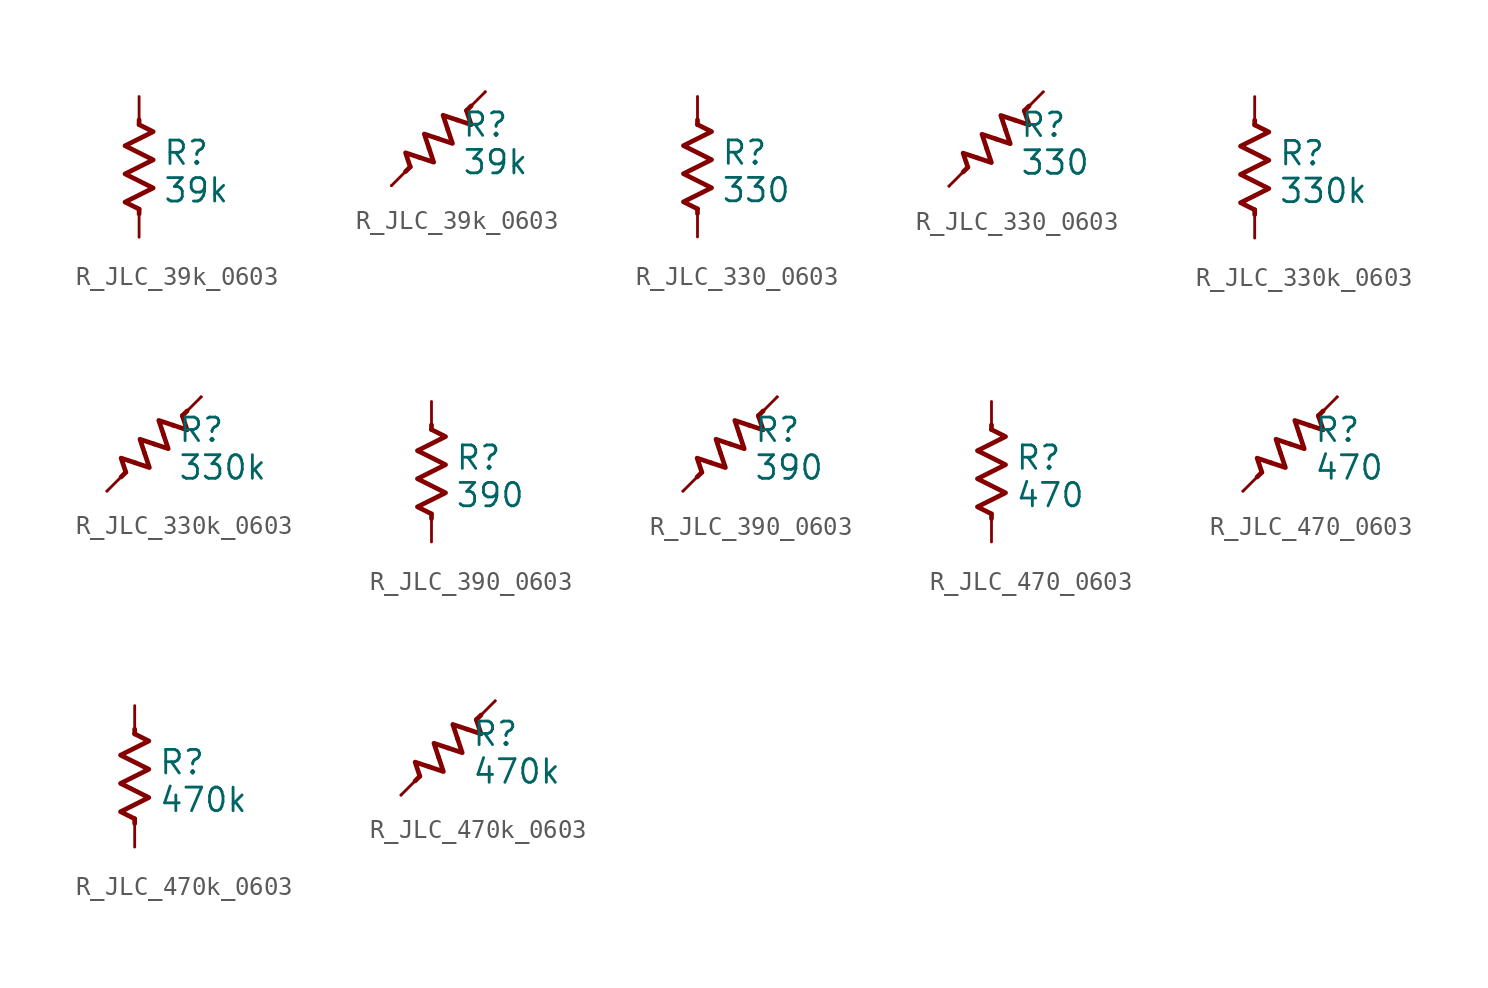
<source format=kicad_sym>
(kicad_symbol_lib
  (version 20231120)
  (generator "kicad_symbol_editor")
  (generator_version "8.0")
  (symbol "R_JLC_39k_0603"
    (pin_numbers hide)
    (pin_names
      (offset 0))
    (property "Reference" "R"
      (at 1.27 0.762 0)
      (effects (font (size 1.27 1.27)) (justify left)))
    (property "Value" "39k"
      (at 1.27 -1.27 0)
      (effects (font (size 1.27 1.27)) (justify left)))
    (symbol "R_JLC_39k_0603_0_1"
      (polyline (pts (xy 0 -2.286) (xy 0 -2.54)) (stroke (width 0.254) (type default)) (fill (type none)))
      (polyline (pts (xy 0 2.286) (xy 0 2.54)) (stroke (width 0.254) (type default)) (fill (type none)))
      (polyline (pts (xy 0 2.286) (xy 0.762 1.905) (xy -0.762 1.143) (xy 0 0.762) (xy 0.762 0.381) (xy 0 0) (xy -0.762 -0.381) (xy 0 -0.762) (xy 0.762 -1.143) (xy 0 -1.524) (xy -0.762 -1.905) (xy 0 -2.286)) (stroke (width 0.254) (type default)) (fill (type none))))
    (symbol "R_JLC_39k_0603_0_2"
      (polyline (pts (xy -2.54 -2.54) (xy -1.778 -1.778)) (stroke (width 0) (type default)) (fill (type none)))
      (polyline (pts (xy -1.778 -1.778) (xy -1.524 -1.524)) (stroke (width 0.254) (type default)) (fill (type none)))
      (polyline (pts (xy 1.778 1.778) (xy 1.524 1.524)) (stroke (width 0.254) (type default)) (fill (type none)))
      (polyline (pts (xy 1.778 1.778) (xy 2.54 2.54)) (stroke (width 0) (type default)) (fill (type none)))
      (polyline (pts (xy -1.524 -1.524) (xy -1.778 -0.762) (xy -1.016 -1.016)) (stroke (width 0.254) (type default)) (fill (type none)))
      (polyline (pts (xy -0.508 -0.508) (xy -0.762 0.254) (xy 0 0)) (stroke (width 0.254) (type default)) (fill (type none)))
      (polyline (pts (xy -0.508 -0.508) (xy -0.254 -1.27) (xy -1.016 -1.016)) (stroke (width 0.254) (type default)) (fill (type none)))
      (polyline (pts (xy 0.508 0.508) (xy 0.254 1.27) (xy 1.016 1.016)) (stroke (width 0.254) (type default)) (fill (type none)))
      (polyline (pts (xy 0.508 0.508) (xy 0.762 -0.254) (xy 0 0)) (stroke (width 0.254) (type default)) (fill (type none)))
      (polyline (pts (xy 1.524 1.524) (xy 1.778 0.762) (xy 1.016 1.016)) (stroke (width 0.254) (type default)) (fill (type none))))
    (symbol "R_JLC_39k_0603_1_1"
      (pin passive line (at 0 3.81 270) (length 1.27) (name "~" (effects (font (size 1.27 1.27)))) (number "1" (effects (font (size 1.27 1.27)))))
      (pin passive line (at 0 -3.81 90) (length 1.27) (name "~" (effects (font (size 1.27 1.27)))) (number "2" (effects (font (size 1.27 1.27))))))
    (symbol "R_JLC_39k_0603_1_2"
      (pin passive line (at 2.54 2.54 180) (length 0) (name "" (effects (font (size 1.27 1.27)))) (number "1" (effects (font (size 1.27 1.27)))))
      (pin passive line (at -2.54 -2.54 0) (length 0) (name "" (effects (font (size 1.27 1.27)))) (number "2" (effects (font (size 1.27 1.27)))))))
  (symbol "R_JLC_330_0603"
    (pin_numbers hide)
    (pin_names
      (offset 0))
    (property "Reference" "R"
      (at 1.27 0.762 0)
      (effects (font (size 1.27 1.27)) (justify left)))
    (property "Value" "330"
      (at 1.27 -1.27 0)
      (effects (font (size 1.27 1.27)) (justify left)))
    (symbol "R_JLC_330_0603_0_1"
      (polyline (pts (xy 0 -2.286) (xy 0 -2.54)) (stroke (width 0.254) (type default)) (fill (type none)))
      (polyline (pts (xy 0 2.286) (xy 0 2.54)) (stroke (width 0.254) (type default)) (fill (type none)))
      (polyline (pts (xy 0 2.286) (xy 0.762 1.905) (xy -0.762 1.143) (xy 0 0.762) (xy 0.762 0.381) (xy 0 0) (xy -0.762 -0.381) (xy 0 -0.762) (xy 0.762 -1.143) (xy 0 -1.524) (xy -0.762 -1.905) (xy 0 -2.286)) (stroke (width 0.254) (type default)) (fill (type none))))
    (symbol "R_JLC_330_0603_0_2"
      (polyline (pts (xy -2.54 -2.54) (xy -1.778 -1.778)) (stroke (width 0) (type default)) (fill (type none)))
      (polyline (pts (xy -1.778 -1.778) (xy -1.524 -1.524)) (stroke (width 0.254) (type default)) (fill (type none)))
      (polyline (pts (xy 1.778 1.778) (xy 1.524 1.524)) (stroke (width 0.254) (type default)) (fill (type none)))
      (polyline (pts (xy 1.778 1.778) (xy 2.54 2.54)) (stroke (width 0) (type default)) (fill (type none)))
      (polyline (pts (xy -1.524 -1.524) (xy -1.778 -0.762) (xy -1.016 -1.016)) (stroke (width 0.254) (type default)) (fill (type none)))
      (polyline (pts (xy -0.508 -0.508) (xy -0.762 0.254) (xy 0 0)) (stroke (width 0.254) (type default)) (fill (type none)))
      (polyline (pts (xy -0.508 -0.508) (xy -0.254 -1.27) (xy -1.016 -1.016)) (stroke (width 0.254) (type default)) (fill (type none)))
      (polyline (pts (xy 0.508 0.508) (xy 0.254 1.27) (xy 1.016 1.016)) (stroke (width 0.254) (type default)) (fill (type none)))
      (polyline (pts (xy 0.508 0.508) (xy 0.762 -0.254) (xy 0 0)) (stroke (width 0.254) (type default)) (fill (type none)))
      (polyline (pts (xy 1.524 1.524) (xy 1.778 0.762) (xy 1.016 1.016)) (stroke (width 0.254) (type default)) (fill (type none))))
    (symbol "R_JLC_330_0603_1_1"
      (pin passive line (at 0 3.81 270) (length 1.27) (name "~" (effects (font (size 1.27 1.27)))) (number "1" (effects (font (size 1.27 1.27)))))
      (pin passive line (at 0 -3.81 90) (length 1.27) (name "~" (effects (font (size 1.27 1.27)))) (number "2" (effects (font (size 1.27 1.27))))))
    (symbol "R_JLC_330_0603_1_2"
      (pin passive line (at 2.54 2.54 180) (length 0) (name "" (effects (font (size 1.27 1.27)))) (number "1" (effects (font (size 1.27 1.27)))))
      (pin passive line (at -2.54 -2.54 0) (length 0) (name "" (effects (font (size 1.27 1.27)))) (number "2" (effects (font (size 1.27 1.27)))))))
  (symbol "R_JLC_330k_0603"
    (pin_numbers hide)
    (pin_names
      (offset 0))
    (property "Reference" "R"
      (at 1.27 0.762 0)
      (effects (font (size 1.27 1.27)) (justify left)))
    (property "Value" "330k"
      (at 1.27 -1.27 0)
      (effects (font (size 1.27 1.27)) (justify left)))
    (symbol "R_JLC_330k_0603_0_1"
      (polyline (pts (xy 0 -2.286) (xy 0 -2.54)) (stroke (width 0.254) (type default)) (fill (type none)))
      (polyline (pts (xy 0 2.286) (xy 0 2.54)) (stroke (width 0.254) (type default)) (fill (type none)))
      (polyline (pts (xy 0 2.286) (xy 0.762 1.905) (xy -0.762 1.143) (xy 0 0.762) (xy 0.762 0.381) (xy 0 0) (xy -0.762 -0.381) (xy 0 -0.762) (xy 0.762 -1.143) (xy 0 -1.524) (xy -0.762 -1.905) (xy 0 -2.286)) (stroke (width 0.254) (type default)) (fill (type none))))
    (symbol "R_JLC_330k_0603_0_2"
      (polyline (pts (xy -2.54 -2.54) (xy -1.778 -1.778)) (stroke (width 0) (type default)) (fill (type none)))
      (polyline (pts (xy -1.778 -1.778) (xy -1.524 -1.524)) (stroke (width 0.254) (type default)) (fill (type none)))
      (polyline (pts (xy 1.778 1.778) (xy 1.524 1.524)) (stroke (width 0.254) (type default)) (fill (type none)))
      (polyline (pts (xy 1.778 1.778) (xy 2.54 2.54)) (stroke (width 0) (type default)) (fill (type none)))
      (polyline (pts (xy -1.524 -1.524) (xy -1.778 -0.762) (xy -1.016 -1.016)) (stroke (width 0.254) (type default)) (fill (type none)))
      (polyline (pts (xy -0.508 -0.508) (xy -0.762 0.254) (xy 0 0)) (stroke (width 0.254) (type default)) (fill (type none)))
      (polyline (pts (xy -0.508 -0.508) (xy -0.254 -1.27) (xy -1.016 -1.016)) (stroke (width 0.254) (type default)) (fill (type none)))
      (polyline (pts (xy 0.508 0.508) (xy 0.254 1.27) (xy 1.016 1.016)) (stroke (width 0.254) (type default)) (fill (type none)))
      (polyline (pts (xy 0.508 0.508) (xy 0.762 -0.254) (xy 0 0)) (stroke (width 0.254) (type default)) (fill (type none)))
      (polyline (pts (xy 1.524 1.524) (xy 1.778 0.762) (xy 1.016 1.016)) (stroke (width 0.254) (type default)) (fill (type none))))
    (symbol "R_JLC_330k_0603_1_1"
      (pin passive line (at 0 3.81 270) (length 1.27) (name "~" (effects (font (size 1.27 1.27)))) (number "1" (effects (font (size 1.27 1.27)))))
      (pin passive line (at 0 -3.81 90) (length 1.27) (name "~" (effects (font (size 1.27 1.27)))) (number "2" (effects (font (size 1.27 1.27))))))
    (symbol "R_JLC_330k_0603_1_2"
      (pin passive line (at 2.54 2.54 180) (length 0) (name "" (effects (font (size 1.27 1.27)))) (number "1" (effects (font (size 1.27 1.27)))))
      (pin passive line (at -2.54 -2.54 0) (length 0) (name "" (effects (font (size 1.27 1.27)))) (number "2" (effects (font (size 1.27 1.27)))))))
  (symbol "R_JLC_390_0603"
    (pin_numbers hide)
    (pin_names
      (offset 0))
    (property "Reference" "R"
      (at 1.27 0.762 0)
      (effects (font (size 1.27 1.27)) (justify left)))
    (property "Value" "390"
      (at 1.27 -1.27 0)
      (effects (font (size 1.27 1.27)) (justify left)))
    (symbol "R_JLC_390_0603_0_1"
      (polyline (pts (xy 0 -2.286) (xy 0 -2.54)) (stroke (width 0.254) (type default)) (fill (type none)))
      (polyline (pts (xy 0 2.286) (xy 0 2.54)) (stroke (width 0.254) (type default)) (fill (type none)))
      (polyline (pts (xy 0 2.286) (xy 0.762 1.905) (xy -0.762 1.143) (xy 0 0.762) (xy 0.762 0.381) (xy 0 0) (xy -0.762 -0.381) (xy 0 -0.762) (xy 0.762 -1.143) (xy 0 -1.524) (xy -0.762 -1.905) (xy 0 -2.286)) (stroke (width 0.254) (type default)) (fill (type none))))
    (symbol "R_JLC_390_0603_0_2"
      (polyline (pts (xy -2.54 -2.54) (xy -1.778 -1.778)) (stroke (width 0) (type default)) (fill (type none)))
      (polyline (pts (xy -1.778 -1.778) (xy -1.524 -1.524)) (stroke (width 0.254) (type default)) (fill (type none)))
      (polyline (pts (xy 1.778 1.778) (xy 1.524 1.524)) (stroke (width 0.254) (type default)) (fill (type none)))
      (polyline (pts (xy 1.778 1.778) (xy 2.54 2.54)) (stroke (width 0) (type default)) (fill (type none)))
      (polyline (pts (xy -1.524 -1.524) (xy -1.778 -0.762) (xy -1.016 -1.016)) (stroke (width 0.254) (type default)) (fill (type none)))
      (polyline (pts (xy -0.508 -0.508) (xy -0.762 0.254) (xy 0 0)) (stroke (width 0.254) (type default)) (fill (type none)))
      (polyline (pts (xy -0.508 -0.508) (xy -0.254 -1.27) (xy -1.016 -1.016)) (stroke (width 0.254) (type default)) (fill (type none)))
      (polyline (pts (xy 0.508 0.508) (xy 0.254 1.27) (xy 1.016 1.016)) (stroke (width 0.254) (type default)) (fill (type none)))
      (polyline (pts (xy 0.508 0.508) (xy 0.762 -0.254) (xy 0 0)) (stroke (width 0.254) (type default)) (fill (type none)))
      (polyline (pts (xy 1.524 1.524) (xy 1.778 0.762) (xy 1.016 1.016)) (stroke (width 0.254) (type default)) (fill (type none))))
    (symbol "R_JLC_390_0603_1_1"
      (pin passive line (at 0 3.81 270) (length 1.27) (name "~" (effects (font (size 1.27 1.27)))) (number "1" (effects (font (size 1.27 1.27)))))
      (pin passive line (at 0 -3.81 90) (length 1.27) (name "~" (effects (font (size 1.27 1.27)))) (number "2" (effects (font (size 1.27 1.27))))))
    (symbol "R_JLC_390_0603_1_2"
      (pin passive line (at 2.54 2.54 180) (length 0) (name "" (effects (font (size 1.27 1.27)))) (number "1" (effects (font (size 1.27 1.27)))))
      (pin passive line (at -2.54 -2.54 0) (length 0) (name "" (effects (font (size 1.27 1.27)))) (number "2" (effects (font (size 1.27 1.27)))))))
  (symbol "R_JLC_470_0603"
    (pin_numbers hide)
    (pin_names
      (offset 0))
    (property "Reference" "R"
      (at 1.27 0.762 0)
      (effects (font (size 1.27 1.27)) (justify left)))
    (property "Value" "470"
      (at 1.27 -1.27 0)
      (effects (font (size 1.27 1.27)) (justify left)))
    (symbol "R_JLC_470_0603_0_1"
      (polyline (pts (xy 0 -2.286) (xy 0 -2.54)) (stroke (width 0.254) (type default)) (fill (type none)))
      (polyline (pts (xy 0 2.286) (xy 0 2.54)) (stroke (width 0.254) (type default)) (fill (type none)))
      (polyline (pts (xy 0 2.286) (xy 0.762 1.905) (xy -0.762 1.143) (xy 0 0.762) (xy 0.762 0.381) (xy 0 0) (xy -0.762 -0.381) (xy 0 -0.762) (xy 0.762 -1.143) (xy 0 -1.524) (xy -0.762 -1.905) (xy 0 -2.286)) (stroke (width 0.254) (type default)) (fill (type none))))
    (symbol "R_JLC_470_0603_0_2"
      (polyline (pts (xy -2.54 -2.54) (xy -1.778 -1.778)) (stroke (width 0) (type default)) (fill (type none)))
      (polyline (pts (xy -1.778 -1.778) (xy -1.524 -1.524)) (stroke (width 0.254) (type default)) (fill (type none)))
      (polyline (pts (xy 1.778 1.778) (xy 1.524 1.524)) (stroke (width 0.254) (type default)) (fill (type none)))
      (polyline (pts (xy 1.778 1.778) (xy 2.54 2.54)) (stroke (width 0) (type default)) (fill (type none)))
      (polyline (pts (xy -1.524 -1.524) (xy -1.778 -0.762) (xy -1.016 -1.016)) (stroke (width 0.254) (type default)) (fill (type none)))
      (polyline (pts (xy -0.508 -0.508) (xy -0.762 0.254) (xy 0 0)) (stroke (width 0.254) (type default)) (fill (type none)))
      (polyline (pts (xy -0.508 -0.508) (xy -0.254 -1.27) (xy -1.016 -1.016)) (stroke (width 0.254) (type default)) (fill (type none)))
      (polyline (pts (xy 0.508 0.508) (xy 0.254 1.27) (xy 1.016 1.016)) (stroke (width 0.254) (type default)) (fill (type none)))
      (polyline (pts (xy 0.508 0.508) (xy 0.762 -0.254) (xy 0 0)) (stroke (width 0.254) (type default)) (fill (type none)))
      (polyline (pts (xy 1.524 1.524) (xy 1.778 0.762) (xy 1.016 1.016)) (stroke (width 0.254) (type default)) (fill (type none))))
    (symbol "R_JLC_470_0603_1_1"
      (pin passive line (at 0 3.81 270) (length 1.27) (name "~" (effects (font (size 1.27 1.27)))) (number "1" (effects (font (size 1.27 1.27)))))
      (pin passive line (at 0 -3.81 90) (length 1.27) (name "~" (effects (font (size 1.27 1.27)))) (number "2" (effects (font (size 1.27 1.27))))))
    (symbol "R_JLC_470_0603_1_2"
      (pin passive line (at 2.54 2.54 180) (length 0) (name "" (effects (font (size 1.27 1.27)))) (number "1" (effects (font (size 1.27 1.27)))))
      (pin passive line (at -2.54 -2.54 0) (length 0) (name "" (effects (font (size 1.27 1.27)))) (number "2" (effects (font (size 1.27 1.27)))))))
  (symbol "R_JLC_470k_0603"
    (pin_numbers hide)
    (pin_names
      (offset 0))
    (property "Reference" "R"
      (at 1.27 0.762 0)
      (effects (font (size 1.27 1.27)) (justify left)))
    (property "Value" "470k"
      (at 1.27 -1.27 0)
      (effects (font (size 1.27 1.27)) (justify left)))
    (symbol "R_JLC_470k_0603_0_1"
      (polyline (pts (xy 0 -2.286) (xy 0 -2.54)) (stroke (width 0.254) (type default)) (fill (type none)))
      (polyline (pts (xy 0 2.286) (xy 0 2.54)) (stroke (width 0.254) (type default)) (fill (type none)))
      (polyline (pts (xy 0 2.286) (xy 0.762 1.905) (xy -0.762 1.143) (xy 0 0.762) (xy 0.762 0.381) (xy 0 0) (xy -0.762 -0.381) (xy 0 -0.762) (xy 0.762 -1.143) (xy 0 -1.524) (xy -0.762 -1.905) (xy 0 -2.286)) (stroke (width 0.254) (type default)) (fill (type none))))
    (symbol "R_JLC_470k_0603_0_2"
      (polyline (pts (xy -2.54 -2.54) (xy -1.778 -1.778)) (stroke (width 0) (type default)) (fill (type none)))
      (polyline (pts (xy -1.778 -1.778) (xy -1.524 -1.524)) (stroke (width 0.254) (type default)) (fill (type none)))
      (polyline (pts (xy 1.778 1.778) (xy 1.524 1.524)) (stroke (width 0.254) (type default)) (fill (type none)))
      (polyline (pts (xy 1.778 1.778) (xy 2.54 2.54)) (stroke (width 0) (type default)) (fill (type none)))
      (polyline (pts (xy -1.524 -1.524) (xy -1.778 -0.762) (xy -1.016 -1.016)) (stroke (width 0.254) (type default)) (fill (type none)))
      (polyline (pts (xy -0.508 -0.508) (xy -0.762 0.254) (xy 0 0)) (stroke (width 0.254) (type default)) (fill (type none)))
      (polyline (pts (xy -0.508 -0.508) (xy -0.254 -1.27) (xy -1.016 -1.016)) (stroke (width 0.254) (type default)) (fill (type none)))
      (polyline (pts (xy 0.508 0.508) (xy 0.254 1.27) (xy 1.016 1.016)) (stroke (width 0.254) (type default)) (fill (type none)))
      (polyline (pts (xy 0.508 0.508) (xy 0.762 -0.254) (xy 0 0)) (stroke (width 0.254) (type default)) (fill (type none)))
      (polyline (pts (xy 1.524 1.524) (xy 1.778 0.762) (xy 1.016 1.016)) (stroke (width 0.254) (type default)) (fill (type none))))
    (symbol "R_JLC_470k_0603_1_1"
      (pin passive line (at 0 3.81 270) (length 1.27) (name "~" (effects (font (size 1.27 1.27)))) (number "1" (effects (font (size 1.27 1.27)))))
      (pin passive line (at 0 -3.81 90) (length 1.27) (name "~" (effects (font (size 1.27 1.27)))) (number "2" (effects (font (size 1.27 1.27))))))
    (symbol "R_JLC_470k_0603_1_2"
      (pin passive line (at 2.54 2.54 180) (length 0) (name "" (effects (font (size 1.27 1.27)))) (number "1" (effects (font (size 1.27 1.27)))))
      (pin passive line (at -2.54 -2.54 0) (length 0) (name "" (effects (font (size 1.27 1.27)))) (number "2" (effects (font (size 1.27 1.27))))))))
</source>
